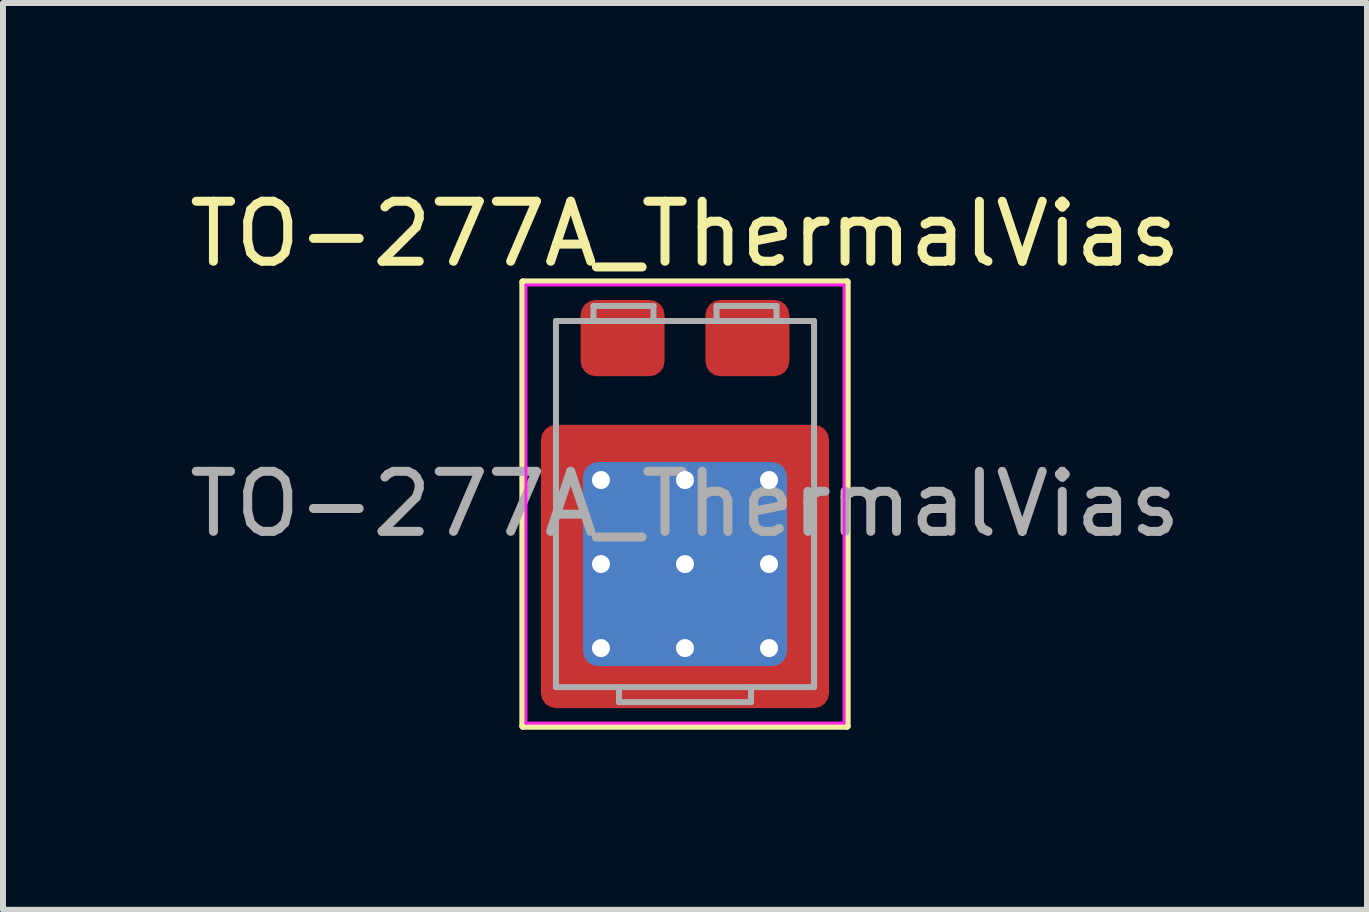
<source format=kicad_pcb>
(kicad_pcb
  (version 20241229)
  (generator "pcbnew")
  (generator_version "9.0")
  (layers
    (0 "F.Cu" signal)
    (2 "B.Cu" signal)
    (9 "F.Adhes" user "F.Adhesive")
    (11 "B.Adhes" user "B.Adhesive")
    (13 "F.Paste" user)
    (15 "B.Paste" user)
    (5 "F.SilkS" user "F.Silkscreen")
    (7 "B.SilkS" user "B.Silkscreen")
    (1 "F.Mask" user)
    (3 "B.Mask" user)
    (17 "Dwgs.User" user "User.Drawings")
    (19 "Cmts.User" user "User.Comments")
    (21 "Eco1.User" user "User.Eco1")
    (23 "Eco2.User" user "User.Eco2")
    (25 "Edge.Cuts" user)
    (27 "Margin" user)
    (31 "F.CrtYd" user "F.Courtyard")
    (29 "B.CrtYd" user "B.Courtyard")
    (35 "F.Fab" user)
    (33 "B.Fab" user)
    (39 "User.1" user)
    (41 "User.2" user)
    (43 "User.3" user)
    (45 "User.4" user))
  (footprint "TO-277A_ThermalVias"
    (layer "F.Cu")
    (at 8.363 5.348)
    (property "Reference" "TO-277A_ThermalVias" (at 0 -4.5 180) (layer "F.SilkS") (effects (font (size 1 1) (thickness 0.15))))
    (attr smd)
    (fp_line (start -2.7 -3.7) (end -2.7 3.7) (stroke (width 0.12) (type solid)) (layer "F.SilkS"))
    (fp_line (start -2.7 3.7) (end 2.7 3.7) (stroke (width 0.12) (type solid)) (layer "F.SilkS"))
    (fp_line (start 2.7 -3.7) (end -2.7 -3.7) (stroke (width 0.12) (type solid)) (layer "F.SilkS"))
    (fp_line (start 2.7 3.7) (end 2.7 -3.7) (stroke (width 0.12) (type solid)) (layer "F.SilkS"))
    (fp_line (start -2.65 -3.65) (end -2.65 3.65) (stroke (width 0.05) (type solid)) (layer "F.CrtYd"))
    (fp_line (start -2.65 -3.65) (end 2.65 -3.65) (stroke (width 0.05) (type solid)) (layer "F.CrtYd"))
    (fp_line (start 2.65 3.65) (end -2.65 3.65) (stroke (width 0.05) (type solid)) (layer "F.CrtYd"))
    (fp_line (start 2.65 3.65) (end 2.65 -3.65) (stroke (width 0.05) (type solid)) (layer "F.CrtYd"))
    (fp_line (start -2.15 -3.05) (end -2.15 3.05) (stroke (width 0.1) (type solid)) (layer "F.Fab"))
    (fp_line (start -2.15 3.05) (end 2.15 3.05) (stroke (width 0.1) (type solid)) (layer "F.Fab"))
    (fp_line (start -1.525 -3.3) (end -0.525 -3.3) (stroke (width 0.1) (type solid)) (layer "F.Fab"))
    (fp_line (start -1.525 -3.05) (end -1.525 -3.3) (stroke (width 0.1) (type solid)) (layer "F.Fab"))
    (fp_line (start -1.1 3.05) (end -1.1 3.3) (stroke (width 0.1) (type solid)) (layer "F.Fab"))
    (fp_line (start -1.1 3.3) (end 1.1 3.3) (stroke (width 0.1) (type solid)) (layer "F.Fab"))
    (fp_line (start -0.525 -3.3) (end -0.525 -3.05) (stroke (width 0.1) (type solid)) (layer "F.Fab"))
    (fp_line (start 0.525 -3.3) (end 1.525 -3.3) (stroke (width 0.1) (type solid)) (layer "F.Fab"))
    (fp_line (start 0.525 -3.05) (end 0.525 -3.3) (stroke (width 0.1) (type solid)) (layer "F.Fab"))
    (fp_line (start 1.1 3.3) (end 1.1 3.05) (stroke (width 0.1) (type solid)) (layer "F.Fab"))
    (fp_line (start 1.525 -3.3) (end 1.525 -3.05) (stroke (width 0.1) (type solid)) (layer "F.Fab"))
    (fp_line (start 2.15 -3.05) (end -2.15 -3.05) (stroke (width 0.1) (type solid)) (layer "F.Fab"))
    (fp_line (start 2.15 3.05) (end 2.15 -3.05) (stroke (width 0.1) (type solid)) (layer "F.Fab"))
    (fp_text user "${REFERENCE}" (at 0 0 0) (layer "F.Fab") (effects (font (size 1 1) (thickness 0.15))))
    (pad "" smd roundrect (at -1.85 -0.85) (size 0.7 0.7) (layers "F.Paste") (roundrect_rratio 0.25))
    (pad "" smd roundrect (at -1.85 0.3) (size 0.7 1.2) (layers "F.Paste") (roundrect_rratio 0.25))
    (pad "" smd roundrect (at -1.85 1.7) (size 0.7 1.2) (layers "F.Paste") (roundrect_rratio 0.25))
    (pad "" smd roundrect (at -1.85 2.85) (size 0.7 0.7) (layers "F.Paste") (roundrect_rratio 0.25))
    (pad "" smd roundrect (at -0.7 -0.85) (size 1.2 0.7) (layers "F.Paste") (roundrect_rratio 0.25))
    (pad "" smd roundrect (at -0.7 0.3) (size 1.2 1.2) (layers "F.Paste") (roundrect_rratio 0.208))
    (pad "" smd roundrect (at -0.7 1.7) (size 1.2 1.2) (layers "F.Paste") (roundrect_rratio 0.208))
    (pad "" smd roundrect (at -0.7 2.85) (size 1.2 0.7) (layers "F.Paste") (roundrect_rratio 0.25))
    (pad "" smd roundrect (at 0.7 -0.85) (size 1.2 0.7) (layers "F.Paste") (roundrect_rratio 0.25))
    (pad "" smd roundrect (at 0.7 0.3) (size 1.2 1.2) (layers "F.Paste") (roundrect_rratio 0.208))
    (pad "" smd roundrect (at 0.7 1.7) (size 1.2 1.2) (layers "F.Paste") (roundrect_rratio 0.208))
    (pad "" smd roundrect (at 0.7 2.85) (size 1.2 0.7) (layers "F.Paste") (roundrect_rratio 0.25))
    (pad "" smd roundrect (at 1.85 -0.85) (size 0.7 0.7) (layers "F.Paste") (roundrect_rratio 0.25))
    (pad "" smd roundrect (at 1.85 0.3) (size 0.7 1.2) (layers "F.Paste") (roundrect_rratio 0.25))
    (pad "" smd roundrect (at 1.85 1.7) (size 0.7 1.2) (layers "F.Paste") (roundrect_rratio 0.25))
    (pad "" smd roundrect (at 1.85 2.85) (size 0.7 0.7) (layers "F.Paste") (roundrect_rratio 0.25))
    (pad "1" smd roundrect (at -1.04 -2.765) (size 1.4 1.27) (layers "F.Cu" "F.Mask" "F.Paste") (roundrect_rratio 0.197))
    (pad "2" smd roundrect (at 1.04 -2.765) (size 1.4 1.27) (layers "F.Cu" "F.Mask" "F.Paste") (roundrect_rratio 0.197))
    (pad "3" thru_hole circle (at -1.4 -0.4) (size 0.6 0.6) (drill 0.3) (property pad_prop_heatsink) (layers "*.Cu"))
    (pad "3" thru_hole circle (at -1.4 1) (size 0.6 0.6) (drill 0.3) (property pad_prop_heatsink) (layers "*.Cu"))
    (pad "3" thru_hole circle (at -1.4 2.4) (size 0.6 0.6) (drill 0.3) (property pad_prop_heatsink) (layers "*.Cu"))
    (pad "3" thru_hole circle (at 0 -0.4) (size 0.6 0.6) (drill 0.3) (property pad_prop_heatsink) (layers "*.Cu"))
    (pad "3" thru_hole circle (at 0 1) (size 0.6 0.6) (drill 0.3) (property pad_prop_heatsink) (layers "*.Cu"))
    (pad "3" smd roundrect (at 0 1) (size 3.4 3.4) (layers "B.Cu" "B.Mask") (roundrect_rratio 0.074))
    (pad "3" smd roundrect (at 0 1.04) (size 4.8 4.72) (layers "F.Cu" "F.Mask") (roundrect_rratio 0.053))
    (pad "3" thru_hole circle (at 0 2.4) (size 0.6 0.6) (drill 0.3) (property pad_prop_heatsink) (layers "*.Cu"))
    (pad "3" thru_hole circle (at 1.4 -0.4) (size 0.6 0.6) (drill 0.3) (property pad_prop_heatsink) (layers "*.Cu"))
    (pad "3" thru_hole circle (at 1.4 1) (size 0.6 0.6) (drill 0.3) (property pad_prop_heatsink) (layers "*.Cu"))
    (pad "3" thru_hole circle (at 1.4 2.4) (size 0.6 0.6) (drill 0.3) (property pad_prop_heatsink) (layers "*.Cu")))
  (gr_rect
    (start -3 -3)
    (end 19.726 12.108)
    (stroke (width 0.1) (type default))
    (fill no)
    (layer "Edge.Cuts")))
</source>
